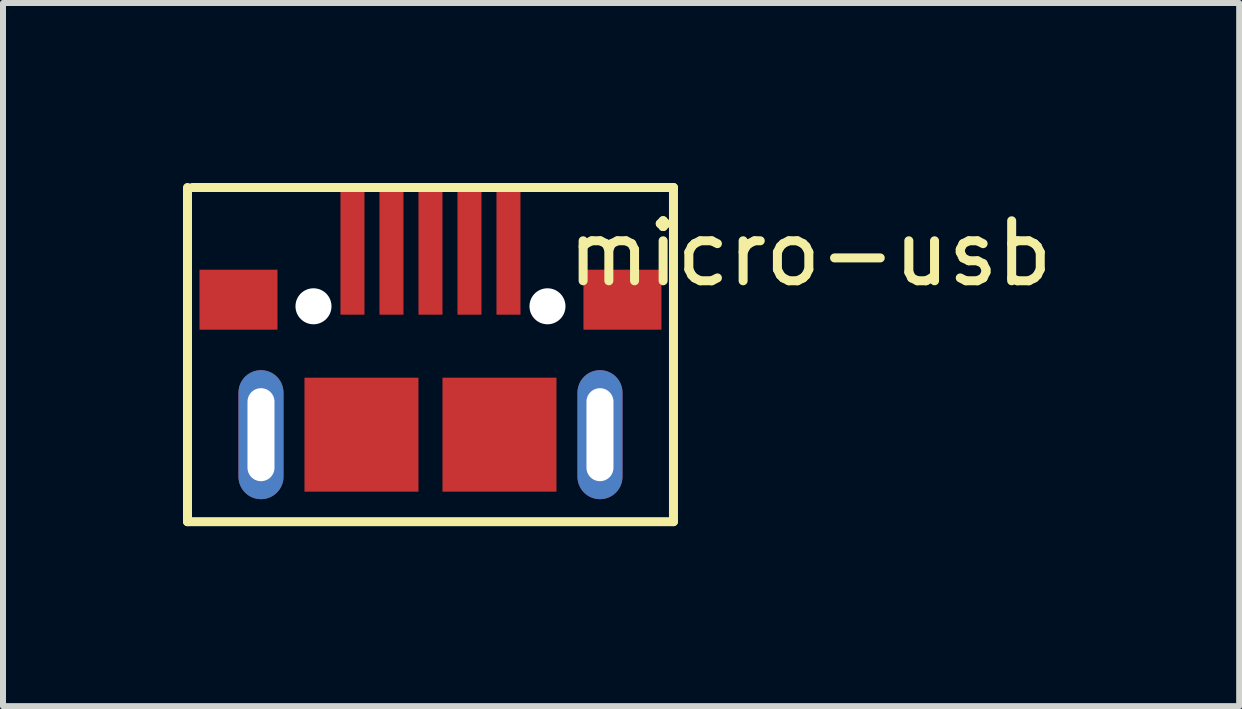
<source format=kicad_pcb>
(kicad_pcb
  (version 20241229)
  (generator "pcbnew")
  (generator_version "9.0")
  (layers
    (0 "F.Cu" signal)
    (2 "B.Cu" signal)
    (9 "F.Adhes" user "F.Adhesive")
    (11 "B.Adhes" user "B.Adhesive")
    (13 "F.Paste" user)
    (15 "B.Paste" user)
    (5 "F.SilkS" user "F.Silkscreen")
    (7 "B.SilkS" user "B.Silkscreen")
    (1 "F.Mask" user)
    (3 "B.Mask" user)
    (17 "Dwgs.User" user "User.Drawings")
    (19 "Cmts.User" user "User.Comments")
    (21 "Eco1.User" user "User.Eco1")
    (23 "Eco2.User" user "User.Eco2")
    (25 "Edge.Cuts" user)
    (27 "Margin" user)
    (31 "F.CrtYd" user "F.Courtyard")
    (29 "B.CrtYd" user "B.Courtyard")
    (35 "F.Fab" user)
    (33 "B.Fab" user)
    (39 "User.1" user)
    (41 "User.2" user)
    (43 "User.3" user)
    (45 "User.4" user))
  (footprint "micro-usb"
    (layer "F.Cu")
    (at 4.125 2.195)
    (property "Reference" "micro-usb" (at 6.33 -1.02 0) (layer "F.SilkS") (effects (font (size 1 1) (thickness 0.15))))
    (attr through_hole)
    (fp_line (start -4.05 -2.12) (end -4.05 3.45) (stroke (width 0.15) (type solid)) (layer "F.SilkS"))
    (fp_line (start -4.05 3.45) (end 4.05 3.45) (stroke (width 0.15) (type solid)) (layer "F.SilkS"))
    (fp_line (start 4.05 -2.12) (end -3.97 -2.12) (stroke (width 0.15) (type solid)) (layer "F.SilkS"))
    (fp_line (start 4.05 3.45) (end 4.05 -2.12) (stroke (width 0.15) (type solid)) (layer "F.SilkS"))
    (pad "" np_thru_hole circle (at -1.95 -0.14) (size 0.6 0.6) (drill 0.6) (layers "*.Cu" "*.Mask"))
    (pad "" np_thru_hole circle (at 1.95 -0.14) (size 0.6 0.6) (drill 0.6) (layers "*.Cu" "*.Mask"))
    (pad "1" smd rect (at -1.3 -1.05) (size 0.4 2.1) (layers "F.Cu" "F.Mask" "F.Paste"))
    (pad "2" smd rect (at -0.65 -1.05) (size 0.4 2.1) (layers "F.Cu" "F.Mask" "F.Paste"))
    (pad "3" smd rect (at 0 -1.05) (size 0.4 2.1) (layers "F.Cu" "F.Mask" "F.Paste"))
    (pad "4" smd rect (at 0.65 -1.05) (size 0.4 2.1) (layers "F.Cu" "F.Mask" "F.Paste"))
    (pad "5" smd rect (at 1.3 -1.05) (size 0.4 2.1) (layers "F.Cu" "F.Mask" "F.Paste"))
    (pad "6" smd rect (at -3.2 -0.25) (size 1.3 1) (layers "F.Cu" "F.Mask" "F.Paste"))
    (pad "6" thru_hole oval (at -2.825 2) (size 0.75 2.15) (drill oval 0.45 1.55) (layers "*.Cu" "*.Mask"))
    (pad "6" smd rect (at -1.15 2) (size 1.9 1.9) (layers "F.Cu" "F.Mask" "F.Paste"))
    (pad "6" smd rect (at 1.15 2) (size 1.9 1.9) (layers "F.Cu" "F.Mask" "F.Paste"))
    (pad "6" thru_hole oval (at 2.825 2) (size 0.75 2.15) (drill oval 0.45 1.55) (layers "*.Cu" "*.Mask"))
    (pad "6" smd rect (at 3.2 -0.25) (size 1.3 1) (layers "F.Cu" "F.Mask" "F.Paste")))
  (gr_rect
    (start -3 -3)
    (end 17.604 8.72)
    (stroke (width 0.1) (type default))
    (fill no)
    (layer "Edge.Cuts")))
</source>
